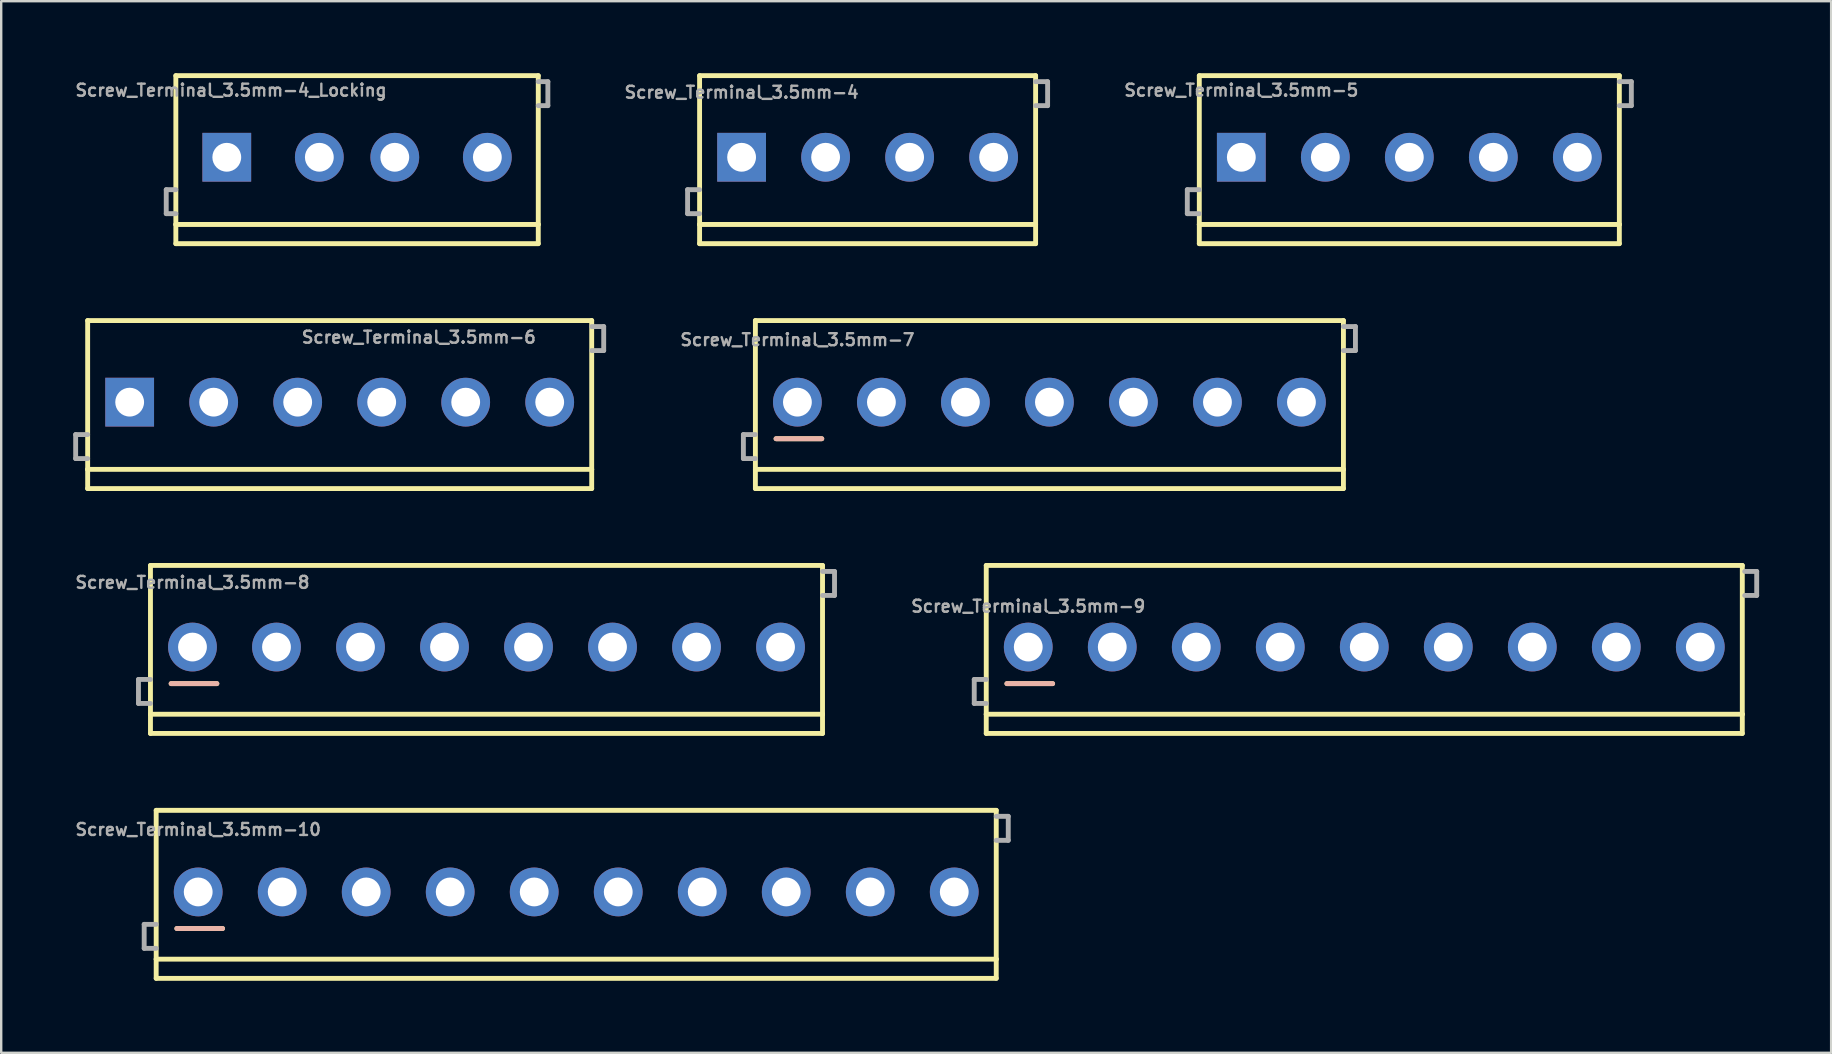
<source format=kicad_pcb>
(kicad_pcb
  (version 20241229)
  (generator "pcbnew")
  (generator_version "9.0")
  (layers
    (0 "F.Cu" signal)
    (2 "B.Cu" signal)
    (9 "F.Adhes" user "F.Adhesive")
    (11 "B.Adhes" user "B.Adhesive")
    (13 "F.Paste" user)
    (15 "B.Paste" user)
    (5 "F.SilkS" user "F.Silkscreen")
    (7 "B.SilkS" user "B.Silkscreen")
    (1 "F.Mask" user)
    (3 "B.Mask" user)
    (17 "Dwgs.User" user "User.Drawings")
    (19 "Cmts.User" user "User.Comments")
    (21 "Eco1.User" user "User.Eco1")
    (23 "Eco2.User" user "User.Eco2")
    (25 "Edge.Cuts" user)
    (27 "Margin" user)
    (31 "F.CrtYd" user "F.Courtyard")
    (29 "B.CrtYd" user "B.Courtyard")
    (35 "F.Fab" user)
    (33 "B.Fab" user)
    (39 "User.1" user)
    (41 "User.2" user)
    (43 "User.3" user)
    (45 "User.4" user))
  (footprint "Screw_Terminal_3.5mm-4"
    (layer "F.Cu")
    (at 27.847 3.502)
    (property "Reference" "Screw_Terminal_3.5mm-4" (at 0 -2.413 0) (layer "F.Fab") (effects (font (size 0.5 0.5) (thickness 0.1)) (justify bottom)))
    (attr through_hole)
    (fp_line (start -1.75 -3.4) (end 12.25 -3.4) (stroke (width 0.203) (type solid)) (layer "F.SilkS"))
    (fp_line (start -1.75 2.8) (end -1.75 -3.4) (stroke (width 0.203) (type solid)) (layer "F.SilkS"))
    (fp_line (start -1.75 3.6) (end -1.75 2.8) (stroke (width 0.203) (type solid)) (layer "F.SilkS"))
    (fp_line (start 12.25 -3.4) (end 12.25 2.8) (stroke (width 0.203) (type solid)) (layer "F.SilkS"))
    (fp_line (start 12.25 2.8) (end -1.75 2.8) (stroke (width 0.203) (type solid)) (layer "F.SilkS"))
    (fp_line (start 12.25 2.8) (end 12.25 3.6) (stroke (width 0.203) (type solid)) (layer "F.SilkS"))
    (fp_line (start 12.25 3.6) (end -1.75 3.6) (stroke (width 0.203) (type solid)) (layer "F.SilkS"))
    (fp_line (start -2.25 1.35) (end -2.25 2.35) (stroke (width 0.203) (type solid)) (layer "F.Fab"))
    (fp_line (start -2.25 2.35) (end -1.75 2.35) (stroke (width 0.203) (type solid)) (layer "F.Fab"))
    (fp_line (start -1.75 1.35) (end -2.25 1.35) (stroke (width 0.203) (type solid)) (layer "F.Fab"))
    (fp_line (start 12.25 -3.15) (end 12.75 -3.15) (stroke (width 0.203) (type solid)) (layer "F.Fab"))
    (fp_line (start 12.75 -3.15) (end 12.75 -2.15) (stroke (width 0.203) (type solid)) (layer "F.Fab"))
    (fp_line (start 12.75 -2.15) (end 12.25 -2.15) (stroke (width 0.203) (type solid)) (layer "F.Fab"))
    (fp_circle (center 0 0) (end 0.425 0) (stroke (width 0.001) (type solid)) (fill no) (layer "F.Fab"))
    (fp_circle (center 3.5 0) (end 3.925 0) (stroke (width 0.001) (type solid)) (fill no) (layer "F.Fab"))
    (fp_circle (center 7 0) (end 7.425 0) (stroke (width 0.001) (type solid)) (fill no) (layer "F.Fab"))
    (fp_circle (center 10.5 0) (end 10.925 0) (stroke (width 0.001) (type solid)) (fill no) (layer "F.Fab"))
    (pad "1" thru_hole rect (at 0 0) (size 2.032 2.032) (drill 1.2) (layers "*.Cu" "*.Mask"))
    (pad "2" thru_hole circle (at 3.5 0) (size 2.032 2.032) (drill 1.2) (layers "*.Cu" "*.Mask"))
    (pad "3" thru_hole circle (at 7 0) (size 2.032 2.032) (drill 1.2) (layers "*.Cu" "*.Mask"))
    (pad "4" thru_hole circle (at 10.5 0) (size 2.032 2.032) (drill 1.2) (layers "*.Cu" "*.Mask")))
  (footprint "Screw_Terminal_3.5mm-4_Locking"
    (layer "F.Cu")
    (at 6.576 3.502)
    (property "Reference" "Screw_Terminal_3.5mm-4_Locking" (at 0 -2.5 0) (layer "F.Fab") (effects (font (size 0.5 0.5) (thickness 0.1)) (justify bottom)))
    (attr through_hole)
    (fp_line (start -2.3 -3.4) (end 12.8 -3.4) (stroke (width 0.203) (type solid)) (layer "F.SilkS"))
    (fp_line (start -2.3 2.8) (end -2.3 -3.4) (stroke (width 0.203) (type solid)) (layer "F.SilkS"))
    (fp_line (start -2.3 3.6) (end -2.3 2.8) (stroke (width 0.203) (type solid)) (layer "F.SilkS"))
    (fp_line (start 12.8 -3.4) (end 12.8 2.8) (stroke (width 0.203) (type solid)) (layer "F.SilkS"))
    (fp_line (start 12.8 2.8) (end -2.3 2.8) (stroke (width 0.203) (type solid)) (layer "F.SilkS"))
    (fp_line (start 12.8 2.8) (end 12.8 3.6) (stroke (width 0.203) (type solid)) (layer "F.SilkS"))
    (fp_line (start 12.8 3.6) (end -2.3 3.6) (stroke (width 0.203) (type solid)) (layer "F.SilkS"))
    (fp_line (start -2.7 1.35) (end -2.7 2.35) (stroke (width 0.203) (type solid)) (layer "F.Fab"))
    (fp_line (start -2.7 2.35) (end -2.3 2.35) (stroke (width 0.203) (type solid)) (layer "F.Fab"))
    (fp_line (start -2.3 1.35) (end -2.7 1.35) (stroke (width 0.203) (type solid)) (layer "F.Fab"))
    (fp_line (start 12.8 -3.15) (end 13.2 -3.15) (stroke (width 0.203) (type solid)) (layer "F.Fab"))
    (fp_line (start 13.2 -3.15) (end 13.2 -2.15) (stroke (width 0.203) (type solid)) (layer "F.Fab"))
    (fp_line (start 13.2 -2.15) (end 12.8 -2.15) (stroke (width 0.203) (type solid)) (layer "F.Fab"))
    (fp_circle (center 0 0) (end 0.425 0) (stroke (width 0.001) (type solid)) (fill no) (layer "F.Fab"))
    (fp_circle (center 3.5 0) (end 3.925 0) (stroke (width 0.001) (type solid)) (fill no) (layer "F.Fab"))
    (fp_circle (center 7 0) (end 7.425 0) (stroke (width 0.001) (type solid)) (fill no) (layer "F.Fab"))
    (fp_circle (center 10.5 0) (end 10.925 0) (stroke (width 0.001) (type solid)) (fill no) (layer "F.Fab"))
    (pad "1" thru_hole rect (at -0.178 0) (size 2.032 2.032) (drill 1.2) (layers "*.Cu" "*.Mask"))
    (pad "2" thru_hole circle (at 3.678 0) (size 2.032 2.032) (drill 1.2) (layers "*.Cu" "*.Mask"))
    (pad "3" thru_hole circle (at 6.822 0) (size 2.032 2.032) (drill 1.2) (layers "*.Cu" "*.Mask"))
    (pad "4" thru_hole circle (at 10.678 0) (size 2.032 2.032) (drill 1.2) (layers "*.Cu" "*.Mask")))
  (footprint "Screw_Terminal_3.5mm-8"
    (layer "F.Cu")
    (at 4.969 23.908)
    (property "Reference" "Screw_Terminal_3.5mm-8" (at 0 -2.4 0) (layer "F.Fab") (effects (font (size 0.5 0.5) (thickness 0.1)) (justify bottom)))
    (attr through_hole)
    (fp_line (start -1.75 -3.4) (end 26.25 -3.4) (stroke (width 0.203) (type solid)) (layer "F.SilkS"))
    (fp_line (start -1.75 2.8) (end -1.75 -3.4) (stroke (width 0.203) (type solid)) (layer "F.SilkS"))
    (fp_line (start -1.75 3.6) (end -1.75 2.8) (stroke (width 0.203) (type solid)) (layer "F.SilkS"))
    (fp_line (start 1.016 1.524) (end -0.889 1.524) (stroke (width 0.203) (type solid)) (layer "F.SilkS"))
    (fp_line (start 26.25 -3.4) (end 26.25 2.8) (stroke (width 0.203) (type solid)) (layer "F.SilkS"))
    (fp_line (start 26.25 2.8) (end -1.75 2.8) (stroke (width 0.203) (type solid)) (layer "F.SilkS"))
    (fp_line (start 26.25 2.8) (end 26.25 3.6) (stroke (width 0.203) (type solid)) (layer "F.SilkS"))
    (fp_line (start 26.25 3.6) (end -1.75 3.6) (stroke (width 0.203) (type solid)) (layer "F.SilkS"))
    (fp_line (start -0.889 1.524) (end 1.016 1.524) (stroke (width 0.203) (type solid)) (layer "B.SilkS"))
    (fp_line (start -2.25 1.35) (end -2.25 2.35) (stroke (width 0.203) (type solid)) (layer "F.Fab"))
    (fp_line (start -2.25 2.35) (end -1.75 2.35) (stroke (width 0.203) (type solid)) (layer "F.Fab"))
    (fp_line (start -1.75 1.35) (end -2.25 1.35) (stroke (width 0.203) (type solid)) (layer "F.Fab"))
    (fp_line (start 26.25 -3.15) (end 26.75 -3.15) (stroke (width 0.203) (type solid)) (layer "F.Fab"))
    (fp_line (start 26.75 -3.15) (end 26.75 -2.15) (stroke (width 0.203) (type solid)) (layer "F.Fab"))
    (fp_line (start 26.75 -2.15) (end 26.25 -2.15) (stroke (width 0.203) (type solid)) (layer "F.Fab"))
    (pad "1" thru_hole circle (at 0 0) (size 2.032 2.032) (drill 1.2) (layers "*.Cu" "*.Mask"))
    (pad "2" thru_hole circle (at 3.5 0) (size 2.032 2.032) (drill 1.2) (layers "*.Cu" "*.Mask"))
    (pad "3" thru_hole circle (at 7 0) (size 2.032 2.032) (drill 1.2) (layers "*.Cu" "*.Mask"))
    (pad "4" thru_hole circle (at 10.5 0) (size 2.032 2.032) (drill 1.2) (layers "*.Cu" "*.Mask"))
    (pad "5" thru_hole circle (at 14 0) (size 2.032 2.032) (drill 1.2) (layers "*.Cu" "*.Mask"))
    (pad "6" thru_hole circle (at 17.5 0) (size 2.032 2.032) (drill 1.2) (layers "*.Cu" "*.Mask"))
    (pad "7" thru_hole circle (at 21 0) (size 2.032 2.032) (drill 1.2) (layers "*.Cu" "*.Mask"))
    (pad "8" thru_hole circle (at 24.5 0) (size 2.032 2.032) (drill 1.2) (layers "*.Cu" "*.Mask")))
  (footprint "Screw_Terminal_3.5mm-5"
    (layer "F.Cu")
    (at 48.667 3.502)
    (property "Reference" "Screw_Terminal_3.5mm-5" (at 0 -2.5 0) (layer "F.Fab") (effects (font (size 0.5 0.5) (thickness 0.1)) (justify bottom)))
    (attr through_hole)
    (fp_line (start -1.75 -3.4) (end 15.75 -3.4) (stroke (width 0.203) (type solid)) (layer "F.SilkS"))
    (fp_line (start -1.75 2.8) (end -1.75 -3.4) (stroke (width 0.203) (type solid)) (layer "F.SilkS"))
    (fp_line (start -1.75 3.6) (end -1.75 2.8) (stroke (width 0.203) (type solid)) (layer "F.SilkS"))
    (fp_line (start 15.75 -3.4) (end 15.75 2.8) (stroke (width 0.203) (type solid)) (layer "F.SilkS"))
    (fp_line (start 15.75 2.8) (end -1.75 2.8) (stroke (width 0.203) (type solid)) (layer "F.SilkS"))
    (fp_line (start 15.75 2.8) (end 15.75 3.6) (stroke (width 0.203) (type solid)) (layer "F.SilkS"))
    (fp_line (start 15.75 3.6) (end -1.75 3.6) (stroke (width 0.203) (type solid)) (layer "F.SilkS"))
    (fp_line (start -2.25 1.35) (end -2.25 2.35) (stroke (width 0.203) (type solid)) (layer "F.Fab"))
    (fp_line (start -2.25 2.35) (end -1.75 2.35) (stroke (width 0.203) (type solid)) (layer "F.Fab"))
    (fp_line (start -1.75 1.35) (end -2.25 1.35) (stroke (width 0.203) (type solid)) (layer "F.Fab"))
    (fp_line (start 15.75 -3.15) (end 16.25 -3.15) (stroke (width 0.203) (type solid)) (layer "F.Fab"))
    (fp_line (start 16.25 -3.15) (end 16.25 -2.15) (stroke (width 0.203) (type solid)) (layer "F.Fab"))
    (fp_line (start 16.25 -2.15) (end 15.75 -2.15) (stroke (width 0.203) (type solid)) (layer "F.Fab"))
    (pad "1" thru_hole rect (at 0 0) (size 2.032 2.032) (drill 1.2) (layers "*.Cu" "*.Mask"))
    (pad "2" thru_hole circle (at 3.5 0) (size 2.032 2.032) (drill 1.2) (layers "*.Cu" "*.Mask"))
    (pad "3" thru_hole circle (at 7 0) (size 2.032 2.032) (drill 1.2) (layers "*.Cu" "*.Mask"))
    (pad "4" thru_hole circle (at 10.5 0) (size 2.032 2.032) (drill 1.2) (layers "*.Cu" "*.Mask"))
    (pad "5" thru_hole circle (at 14 0) (size 2.032 2.032) (drill 1.2) (layers "*.Cu" "*.Mask")))
  (footprint "Screw_Terminal_3.5mm-7"
    (layer "F.Cu")
    (at 30.172 13.705)
    (property "Reference" "Screw_Terminal_3.5mm-7" (at 0 -2.6 0) (layer "F.Fab") (effects (font (size 0.5 0.5) (thickness 0.1))))
    (attr through_hole)
    (fp_line (start -1.75 -3.4) (end 22.75 -3.4) (stroke (width 0.203) (type solid)) (layer "F.SilkS"))
    (fp_line (start -1.75 2.8) (end -1.75 -3.4) (stroke (width 0.203) (type solid)) (layer "F.SilkS"))
    (fp_line (start -1.75 3.6) (end -1.75 2.8) (stroke (width 0.203) (type solid)) (layer "F.SilkS"))
    (fp_line (start 1.016 1.524) (end -0.889 1.524) (stroke (width 0.203) (type solid)) (layer "F.SilkS"))
    (fp_line (start 22.75 -3.4) (end 22.75 2.8) (stroke (width 0.203) (type solid)) (layer "F.SilkS"))
    (fp_line (start 22.75 2.8) (end -1.75 2.8) (stroke (width 0.203) (type solid)) (layer "F.SilkS"))
    (fp_line (start 22.75 2.8) (end 22.75 3.6) (stroke (width 0.203) (type solid)) (layer "F.SilkS"))
    (fp_line (start 22.75 3.6) (end -1.75 3.6) (stroke (width 0.203) (type solid)) (layer "F.SilkS"))
    (fp_line (start -0.889 1.524) (end 1.016 1.524) (stroke (width 0.203) (type solid)) (layer "B.SilkS"))
    (fp_line (start -2.25 1.35) (end -2.25 2.35) (stroke (width 0.203) (type solid)) (layer "F.Fab"))
    (fp_line (start -2.25 2.35) (end -1.75 2.35) (stroke (width 0.203) (type solid)) (layer "F.Fab"))
    (fp_line (start -1.75 1.35) (end -2.25 1.35) (stroke (width 0.203) (type solid)) (layer "F.Fab"))
    (fp_line (start 22.75 -3.15) (end 23.25 -3.15) (stroke (width 0.203) (type solid)) (layer "F.Fab"))
    (fp_line (start 23.25 -3.15) (end 23.25 -2.15) (stroke (width 0.203) (type solid)) (layer "F.Fab"))
    (fp_line (start 23.25 -2.15) (end 22.75 -2.15) (stroke (width 0.203) (type solid)) (layer "F.Fab"))
    (pad "1" thru_hole circle (at 0 0) (size 2.032 2.032) (drill 1.2) (layers "*.Cu" "*.Mask"))
    (pad "2" thru_hole circle (at 3.5 0) (size 2.032 2.032) (drill 1.2) (layers "*.Cu" "*.Mask"))
    (pad "3" thru_hole circle (at 7 0) (size 2.032 2.032) (drill 1.2) (layers "*.Cu" "*.Mask"))
    (pad "4" thru_hole circle (at 10.5 0) (size 2.032 2.032) (drill 1.2) (layers "*.Cu" "*.Mask"))
    (pad "5" thru_hole circle (at 14 0) (size 2.032 2.032) (drill 1.2) (layers "*.Cu" "*.Mask"))
    (pad "6" thru_hole circle (at 17.5 0) (size 2.032 2.032) (drill 1.2) (layers "*.Cu" "*.Mask"))
    (pad "7" thru_hole circle (at 21 0) (size 2.032 2.032) (drill 1.2) (layers "*.Cu" "*.Mask")))
  (footprint "Screw_Terminal_3.5mm-10"
    (layer "F.Cu")
    (at 5.207 34.111)
    (property "Reference" "Screw_Terminal_3.5mm-10" (at 0 -2.6 0) (layer "F.Fab") (effects (font (size 0.5 0.5) (thickness 0.1))))
    (attr through_hole)
    (fp_line (start -1.75 -3.4) (end 33.25 -3.4) (stroke (width 0.203) (type solid)) (layer "F.SilkS"))
    (fp_line (start -1.75 2.8) (end -1.75 -3.4) (stroke (width 0.203) (type solid)) (layer "F.SilkS"))
    (fp_line (start -1.75 3.6) (end -1.75 2.8) (stroke (width 0.203) (type solid)) (layer "F.SilkS"))
    (fp_line (start 1.016 1.524) (end -0.889 1.524) (stroke (width 0.203) (type solid)) (layer "F.SilkS"))
    (fp_line (start 33.25 -3.4) (end 33.25 2.8) (stroke (width 0.203) (type solid)) (layer "F.SilkS"))
    (fp_line (start 33.25 2.8) (end -1.75 2.8) (stroke (width 0.203) (type solid)) (layer "F.SilkS"))
    (fp_line (start 33.25 2.8) (end 33.25 3.6) (stroke (width 0.203) (type solid)) (layer "F.SilkS"))
    (fp_line (start 33.25 3.6) (end -1.75 3.6) (stroke (width 0.203) (type solid)) (layer "F.SilkS"))
    (fp_line (start -0.889 1.524) (end 1.016 1.524) (stroke (width 0.203) (type solid)) (layer "B.SilkS"))
    (fp_line (start -2.25 1.35) (end -2.25 2.35) (stroke (width 0.203) (type solid)) (layer "F.Fab"))
    (fp_line (start -2.25 2.35) (end -1.75 2.35) (stroke (width 0.203) (type solid)) (layer "F.Fab"))
    (fp_line (start -1.75 1.35) (end -2.25 1.35) (stroke (width 0.203) (type solid)) (layer "F.Fab"))
    (fp_line (start 33.25 -3.15) (end 33.75 -3.15) (stroke (width 0.203) (type solid)) (layer "F.Fab"))
    (fp_line (start 33.75 -3.15) (end 33.75 -2.15) (stroke (width 0.203) (type solid)) (layer "F.Fab"))
    (fp_line (start 33.75 -2.15) (end 33.25 -2.15) (stroke (width 0.203) (type solid)) (layer "F.Fab"))
    (pad "1" thru_hole circle (at 0 0) (size 2.032 2.032) (drill 1.2) (layers "*.Cu" "*.Mask"))
    (pad "2" thru_hole circle (at 3.5 0) (size 2.032 2.032) (drill 1.2) (layers "*.Cu" "*.Mask"))
    (pad "3" thru_hole circle (at 7 0) (size 2.032 2.032) (drill 1.2) (layers "*.Cu" "*.Mask"))
    (pad "4" thru_hole circle (at 10.5 0) (size 2.032 2.032) (drill 1.2) (layers "*.Cu" "*.Mask"))
    (pad "5" thru_hole circle (at 14 0) (size 2.032 2.032) (drill 1.2) (layers "*.Cu" "*.Mask"))
    (pad "6" thru_hole circle (at 17.5 0) (size 2.032 2.032) (drill 1.2) (layers "*.Cu" "*.Mask"))
    (pad "7" thru_hole circle (at 21 0) (size 2.032 2.032) (drill 1.2) (layers "*.Cu" "*.Mask"))
    (pad "8" thru_hole circle (at 24.5 0) (size 2.032 2.032) (drill 1.2) (layers "*.Cu" "*.Mask"))
    (pad "9" thru_hole circle (at 28 0) (size 2.032 2.032) (drill 1.2) (layers "*.Cu" "*.Mask"))
    (pad "10" thru_hole circle (at 31.5 0) (size 2.032 2.032) (drill 1.2) (layers "*.Cu" "*.Mask")))
  (footprint "Screw_Terminal_3.5mm-9"
    (layer "F.Cu")
    (at 39.79 23.908)
    (property "Reference" "Screw_Terminal_3.5mm-9" (at 0 -1.7 0) (layer "F.Fab") (effects (font (size 0.5 0.5) (thickness 0.1))))
    (attr through_hole)
    (fp_line (start -1.75 -3.4) (end 29.75 -3.4) (stroke (width 0.203) (type solid)) (layer "F.SilkS"))
    (fp_line (start -1.75 2.8) (end -1.75 -3.4) (stroke (width 0.203) (type solid)) (layer "F.SilkS"))
    (fp_line (start -1.75 3.6) (end -1.75 2.8) (stroke (width 0.203) (type solid)) (layer "F.SilkS"))
    (fp_line (start 1.016 1.524) (end -0.889 1.524) (stroke (width 0.203) (type solid)) (layer "F.SilkS"))
    (fp_line (start 29.75 -3.4) (end 29.75 2.8) (stroke (width 0.203) (type solid)) (layer "F.SilkS"))
    (fp_line (start 29.75 2.8) (end -1.75 2.8) (stroke (width 0.203) (type solid)) (layer "F.SilkS"))
    (fp_line (start 29.75 2.8) (end 29.75 3.6) (stroke (width 0.203) (type solid)) (layer "F.SilkS"))
    (fp_line (start 29.75 3.6) (end -1.75 3.6) (stroke (width 0.203) (type solid)) (layer "F.SilkS"))
    (fp_line (start -0.889 1.524) (end 1.016 1.524) (stroke (width 0.203) (type solid)) (layer "B.SilkS"))
    (fp_line (start -2.25 1.35) (end -2.25 2.35) (stroke (width 0.203) (type solid)) (layer "F.Fab"))
    (fp_line (start -2.25 2.35) (end -1.75 2.35) (stroke (width 0.203) (type solid)) (layer "F.Fab"))
    (fp_line (start -1.75 1.35) (end -2.25 1.35) (stroke (width 0.203) (type solid)) (layer "F.Fab"))
    (fp_line (start 29.85 -3.15) (end 30.35 -3.15) (stroke (width 0.203) (type solid)) (layer "F.Fab"))
    (fp_line (start 30.35 -3.15) (end 30.35 -2.15) (stroke (width 0.203) (type solid)) (layer "F.Fab"))
    (fp_line (start 30.35 -2.15) (end 29.85 -2.15) (stroke (width 0.203) (type solid)) (layer "F.Fab"))
    (pad "1" thru_hole circle (at 0 0) (size 2.032 2.032) (drill 1.2) (layers "*.Cu" "*.Mask"))
    (pad "2" thru_hole circle (at 3.5 0) (size 2.032 2.032) (drill 1.2) (layers "*.Cu" "*.Mask"))
    (pad "3" thru_hole circle (at 7 0) (size 2.032 2.032) (drill 1.2) (layers "*.Cu" "*.Mask"))
    (pad "4" thru_hole circle (at 10.5 0) (size 2.032 2.032) (drill 1.2) (layers "*.Cu" "*.Mask"))
    (pad "5" thru_hole circle (at 14 0) (size 2.032 2.032) (drill 1.2) (layers "*.Cu" "*.Mask"))
    (pad "6" thru_hole circle (at 17.5 0) (size 2.032 2.032) (drill 1.2) (layers "*.Cu" "*.Mask"))
    (pad "7" thru_hole circle (at 21 0) (size 2.032 2.032) (drill 1.2) (layers "*.Cu" "*.Mask"))
    (pad "8" thru_hole circle (at 24.5 0) (size 2.032 2.032) (drill 1.2) (layers "*.Cu" "*.Mask"))
    (pad "9" thru_hole circle (at 28 0) (size 2.032 2.032) (drill 1.2) (layers "*.Cu" "*.Mask")))
  (footprint "Screw_Terminal_3.5mm-6"
    (layer "F.Cu")
    (at 2.352 13.705)
    (property "Reference" "Screw_Terminal_3.5mm-6" (at 7.112 -2.413 0) (layer "F.Fab") (effects (font (size 0.5 0.5) (thickness 0.1)) (justify left bottom)))
    (attr through_hole)
    (fp_line (start -1.75 -3.4) (end 19.25 -3.4) (stroke (width 0.203) (type solid)) (layer "F.SilkS"))
    (fp_line (start -1.75 2.8) (end -1.75 -3.4) (stroke (width 0.203) (type solid)) (layer "F.SilkS"))
    (fp_line (start -1.75 3.6) (end -1.75 2.8) (stroke (width 0.203) (type solid)) (layer "F.SilkS"))
    (fp_line (start 19.25 -3.4) (end 19.25 2.8) (stroke (width 0.203) (type solid)) (layer "F.SilkS"))
    (fp_line (start 19.25 2.8) (end -1.75 2.8) (stroke (width 0.203) (type solid)) (layer "F.SilkS"))
    (fp_line (start 19.25 2.8) (end 19.25 3.6) (stroke (width 0.203) (type solid)) (layer "F.SilkS"))
    (fp_line (start 19.25 3.6) (end -1.75 3.6) (stroke (width 0.203) (type solid)) (layer "F.SilkS"))
    (fp_line (start -2.25 1.35) (end -2.25 2.35) (stroke (width 0.203) (type solid)) (layer "F.Fab"))
    (fp_line (start -2.25 2.35) (end -1.75 2.35) (stroke (width 0.203) (type solid)) (layer "F.Fab"))
    (fp_line (start -1.75 1.35) (end -2.25 1.35) (stroke (width 0.203) (type solid)) (layer "F.Fab"))
    (fp_line (start 19.25 -3.15) (end 19.75 -3.15) (stroke (width 0.203) (type solid)) (layer "F.Fab"))
    (fp_line (start 19.75 -3.15) (end 19.75 -2.15) (stroke (width 0.203) (type solid)) (layer "F.Fab"))
    (fp_line (start 19.75 -2.15) (end 19.25 -2.15) (stroke (width 0.203) (type solid)) (layer "F.Fab"))
    (pad "1" thru_hole rect (at 0 0) (size 2.032 2.032) (drill 1.2) (layers "*.Cu" "*.Mask"))
    (pad "2" thru_hole circle (at 3.5 0) (size 2.032 2.032) (drill 1.2) (layers "*.Cu" "*.Mask"))
    (pad "3" thru_hole circle (at 7 0) (size 2.032 2.032) (drill 1.2) (layers "*.Cu" "*.Mask"))
    (pad "4" thru_hole circle (at 10.5 0) (size 2.032 2.032) (drill 1.2) (layers "*.Cu" "*.Mask"))
    (pad "5" thru_hole circle (at 14 0) (size 2.032 2.032) (drill 1.2) (layers "*.Cu" "*.Mask"))
    (pad "6" thru_hole circle (at 17.5 0) (size 2.032 2.032) (drill 1.2) (layers "*.Cu" "*.Mask")))
  (gr_rect
    (start -3 -3)
    (end 73.241 40.813)
    (stroke (width 0.1) (type default))
    (fill no)
    (layer "Edge.Cuts")))
</source>
